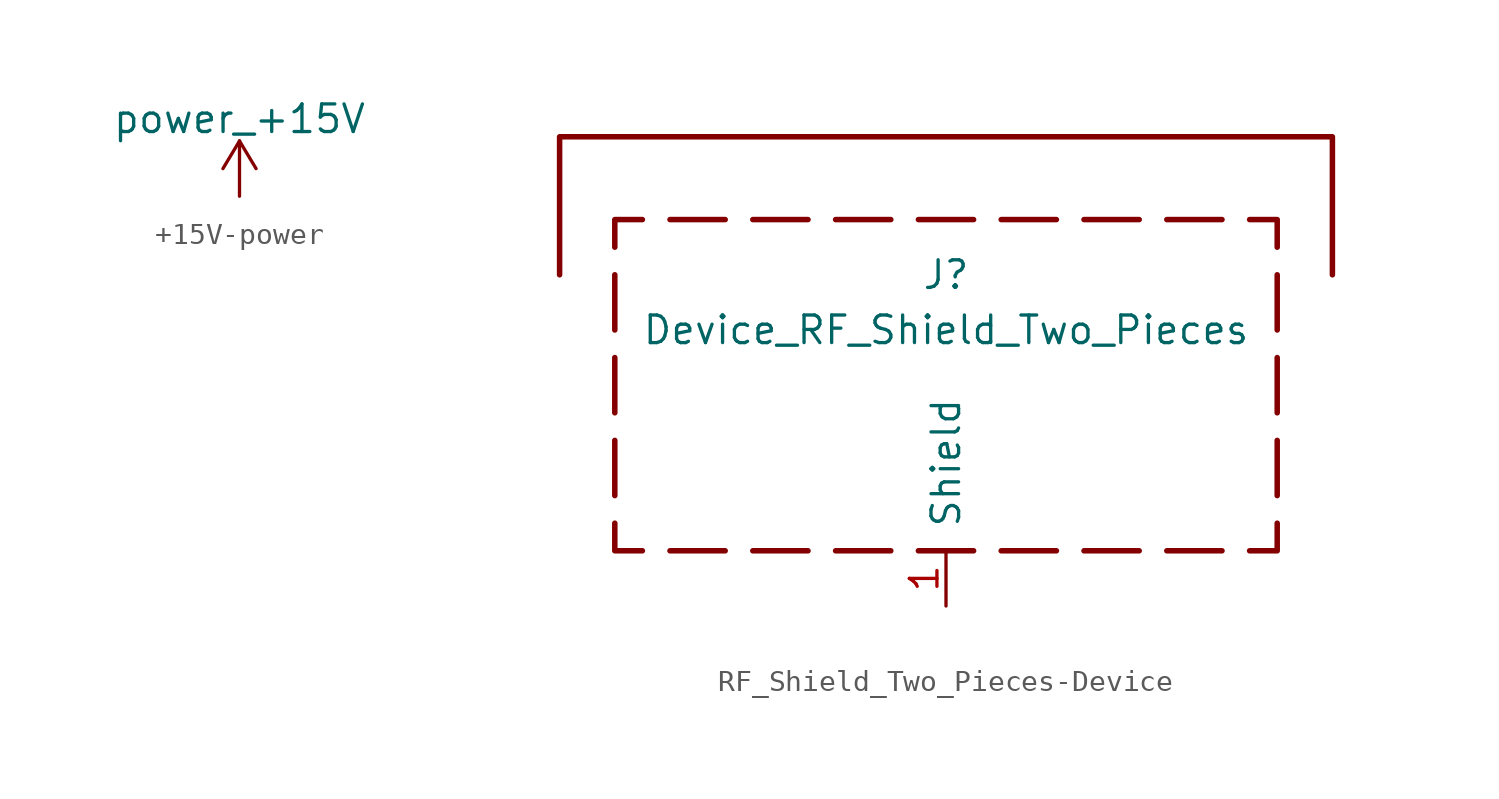
<source format=kicad_sym>
(kicad_symbol_lib
  (version 20231120)
  (generator "kicad_symbol_editor")
  (generator_version "8.0")
  (symbol "+15V-power"
    (power)
    (pin_names
      (offset 0))
    (property "Reference" "#PWR"
      (at 0 -3.81 0)
      (effects (font (size 1.27 1.27)) (hide yes)))
    (property "Value" "power_+15V"
      (at 0 3.556 0)
      (effects (font (size 1.27 1.27))))
    (symbol "+15V-power_0_1"
      (polyline (pts (xy -0.762 1.27) (xy 0 2.54)) (stroke (width 0) (type solid)) (fill (type none)))
      (polyline (pts (xy 0 0) (xy 0 2.54)) (stroke (width 0) (type solid)) (fill (type none)))
      (polyline (pts (xy 0 2.54) (xy 0.762 1.27)) (stroke (width 0) (type solid)) (fill (type none))))
    (symbol "+15V-power_1_1"
      (pin power_in line (at 0 0 90) (length 0) hide (name "+15V" (effects (font (size 1.27 1.27)))) (number "1" (effects (font (size 1.27 1.27)))))))
  (symbol "RF_Shield_Two_Pieces-Device"
    (pin_names
      (offset 1.016))
    (property "Reference" "J"
      (at 0 5.08 0)
      (effects (font (size 1.27 1.27))))
    (property "Value" "Device_RF_Shield_Two_Pieces"
      (at 0 2.54 0)
      (effects (font (size 1.27 1.27))))
    (symbol "RF_Shield_Two_Pieces-Device_0_1"
      (polyline (pts (xy -15.24 -5.08) (xy -15.24 -2.54)) (stroke (width 0.254) (type solid)) (fill (type none)))
      (polyline (pts (xy -15.24 -1.27) (xy -15.24 1.27)) (stroke (width 0.254) (type solid)) (fill (type none)))
      (polyline (pts (xy -15.24 2.54) (xy -15.24 5.08)) (stroke (width 0.254) (type solid)) (fill (type none)))
      (polyline (pts (xy -12.7 7.62) (xy -10.16 7.62)) (stroke (width 0.254) (type solid)) (fill (type none)))
      (polyline (pts (xy -10.16 -7.62) (xy -12.7 -7.62)) (stroke (width 0.254) (type solid)) (fill (type none)))
      (polyline (pts (xy -6.35 -7.62) (xy -8.89 -7.62)) (stroke (width 0.254) (type solid)) (fill (type none)))
      (polyline (pts (xy -6.35 7.62) (xy -8.89 7.62)) (stroke (width 0.254) (type solid)) (fill (type none)))
      (polyline (pts (xy -2.54 -7.62) (xy -5.08 -7.62)) (stroke (width 0.254) (type solid)) (fill (type none)))
      (polyline (pts (xy -2.54 7.62) (xy -5.08 7.62)) (stroke (width 0.254) (type solid)) (fill (type none)))
      (polyline (pts (xy -1.27 -7.62) (xy 1.27 -7.62)) (stroke (width 0.254) (type solid)) (fill (type none)))
      (polyline (pts (xy 1.27 7.62) (xy -1.27 7.62)) (stroke (width 0.254) (type solid)) (fill (type none)))
      (polyline (pts (xy 2.54 -7.62) (xy 5.08 -7.62)) (stroke (width 0.254) (type solid)) (fill (type none)))
      (polyline (pts (xy 5.08 7.62) (xy 2.54 7.62)) (stroke (width 0.254) (type solid)) (fill (type none)))
      (polyline (pts (xy 6.35 -7.62) (xy 8.89 -7.62)) (stroke (width 0.254) (type solid)) (fill (type none)))
      (polyline (pts (xy 8.89 7.62) (xy 6.35 7.62)) (stroke (width 0.254) (type solid)) (fill (type none)))
      (polyline (pts (xy 10.16 -7.62) (xy 12.7 -7.62)) (stroke (width 0.254) (type solid)) (fill (type none)))
      (polyline (pts (xy 12.7 7.62) (xy 10.16 7.62)) (stroke (width 0.254) (type solid)) (fill (type none)))
      (polyline (pts (xy 15.24 -5.08) (xy 15.24 -2.54)) (stroke (width 0.254) (type solid)) (fill (type none)))
      (polyline (pts (xy 15.24 -1.27) (xy 15.24 1.27)) (stroke (width 0.254) (type solid)) (fill (type none)))
      (polyline (pts (xy 15.24 2.54) (xy 15.24 5.08)) (stroke (width 0.254) (type solid)) (fill (type none)))
      (polyline (pts (xy -15.24 6.35) (xy -15.24 7.62) (xy -13.97 7.62)) (stroke (width 0.254) (type solid)) (fill (type none)))
      (polyline (pts (xy -13.97 -7.62) (xy -15.24 -7.62) (xy -15.24 -6.35)) (stroke (width 0.254) (type solid)) (fill (type none)))
      (polyline (pts (xy 13.97 -7.62) (xy 15.24 -7.62) (xy 15.24 -6.35)) (stroke (width 0.254) (type solid)) (fill (type none)))
      (polyline (pts (xy 15.24 6.35) (xy 15.24 7.62) (xy 13.97 7.62)) (stroke (width 0.254) (type solid)) (fill (type none)))
      (polyline (pts (xy -17.78 5.08) (xy -17.78 11.43) (xy 17.78 11.43) (xy 17.78 5.08)) (stroke (width 0.254) (type solid)) (fill (type none))))
    (symbol "RF_Shield_Two_Pieces-Device_1_1"
      (pin passive line (at 0 -10.16 90) (length 2.54) (name "Shield" (effects (font (size 1.27 1.27)))) (number "1" (effects (font (size 1.27 1.27))))))))
</source>
